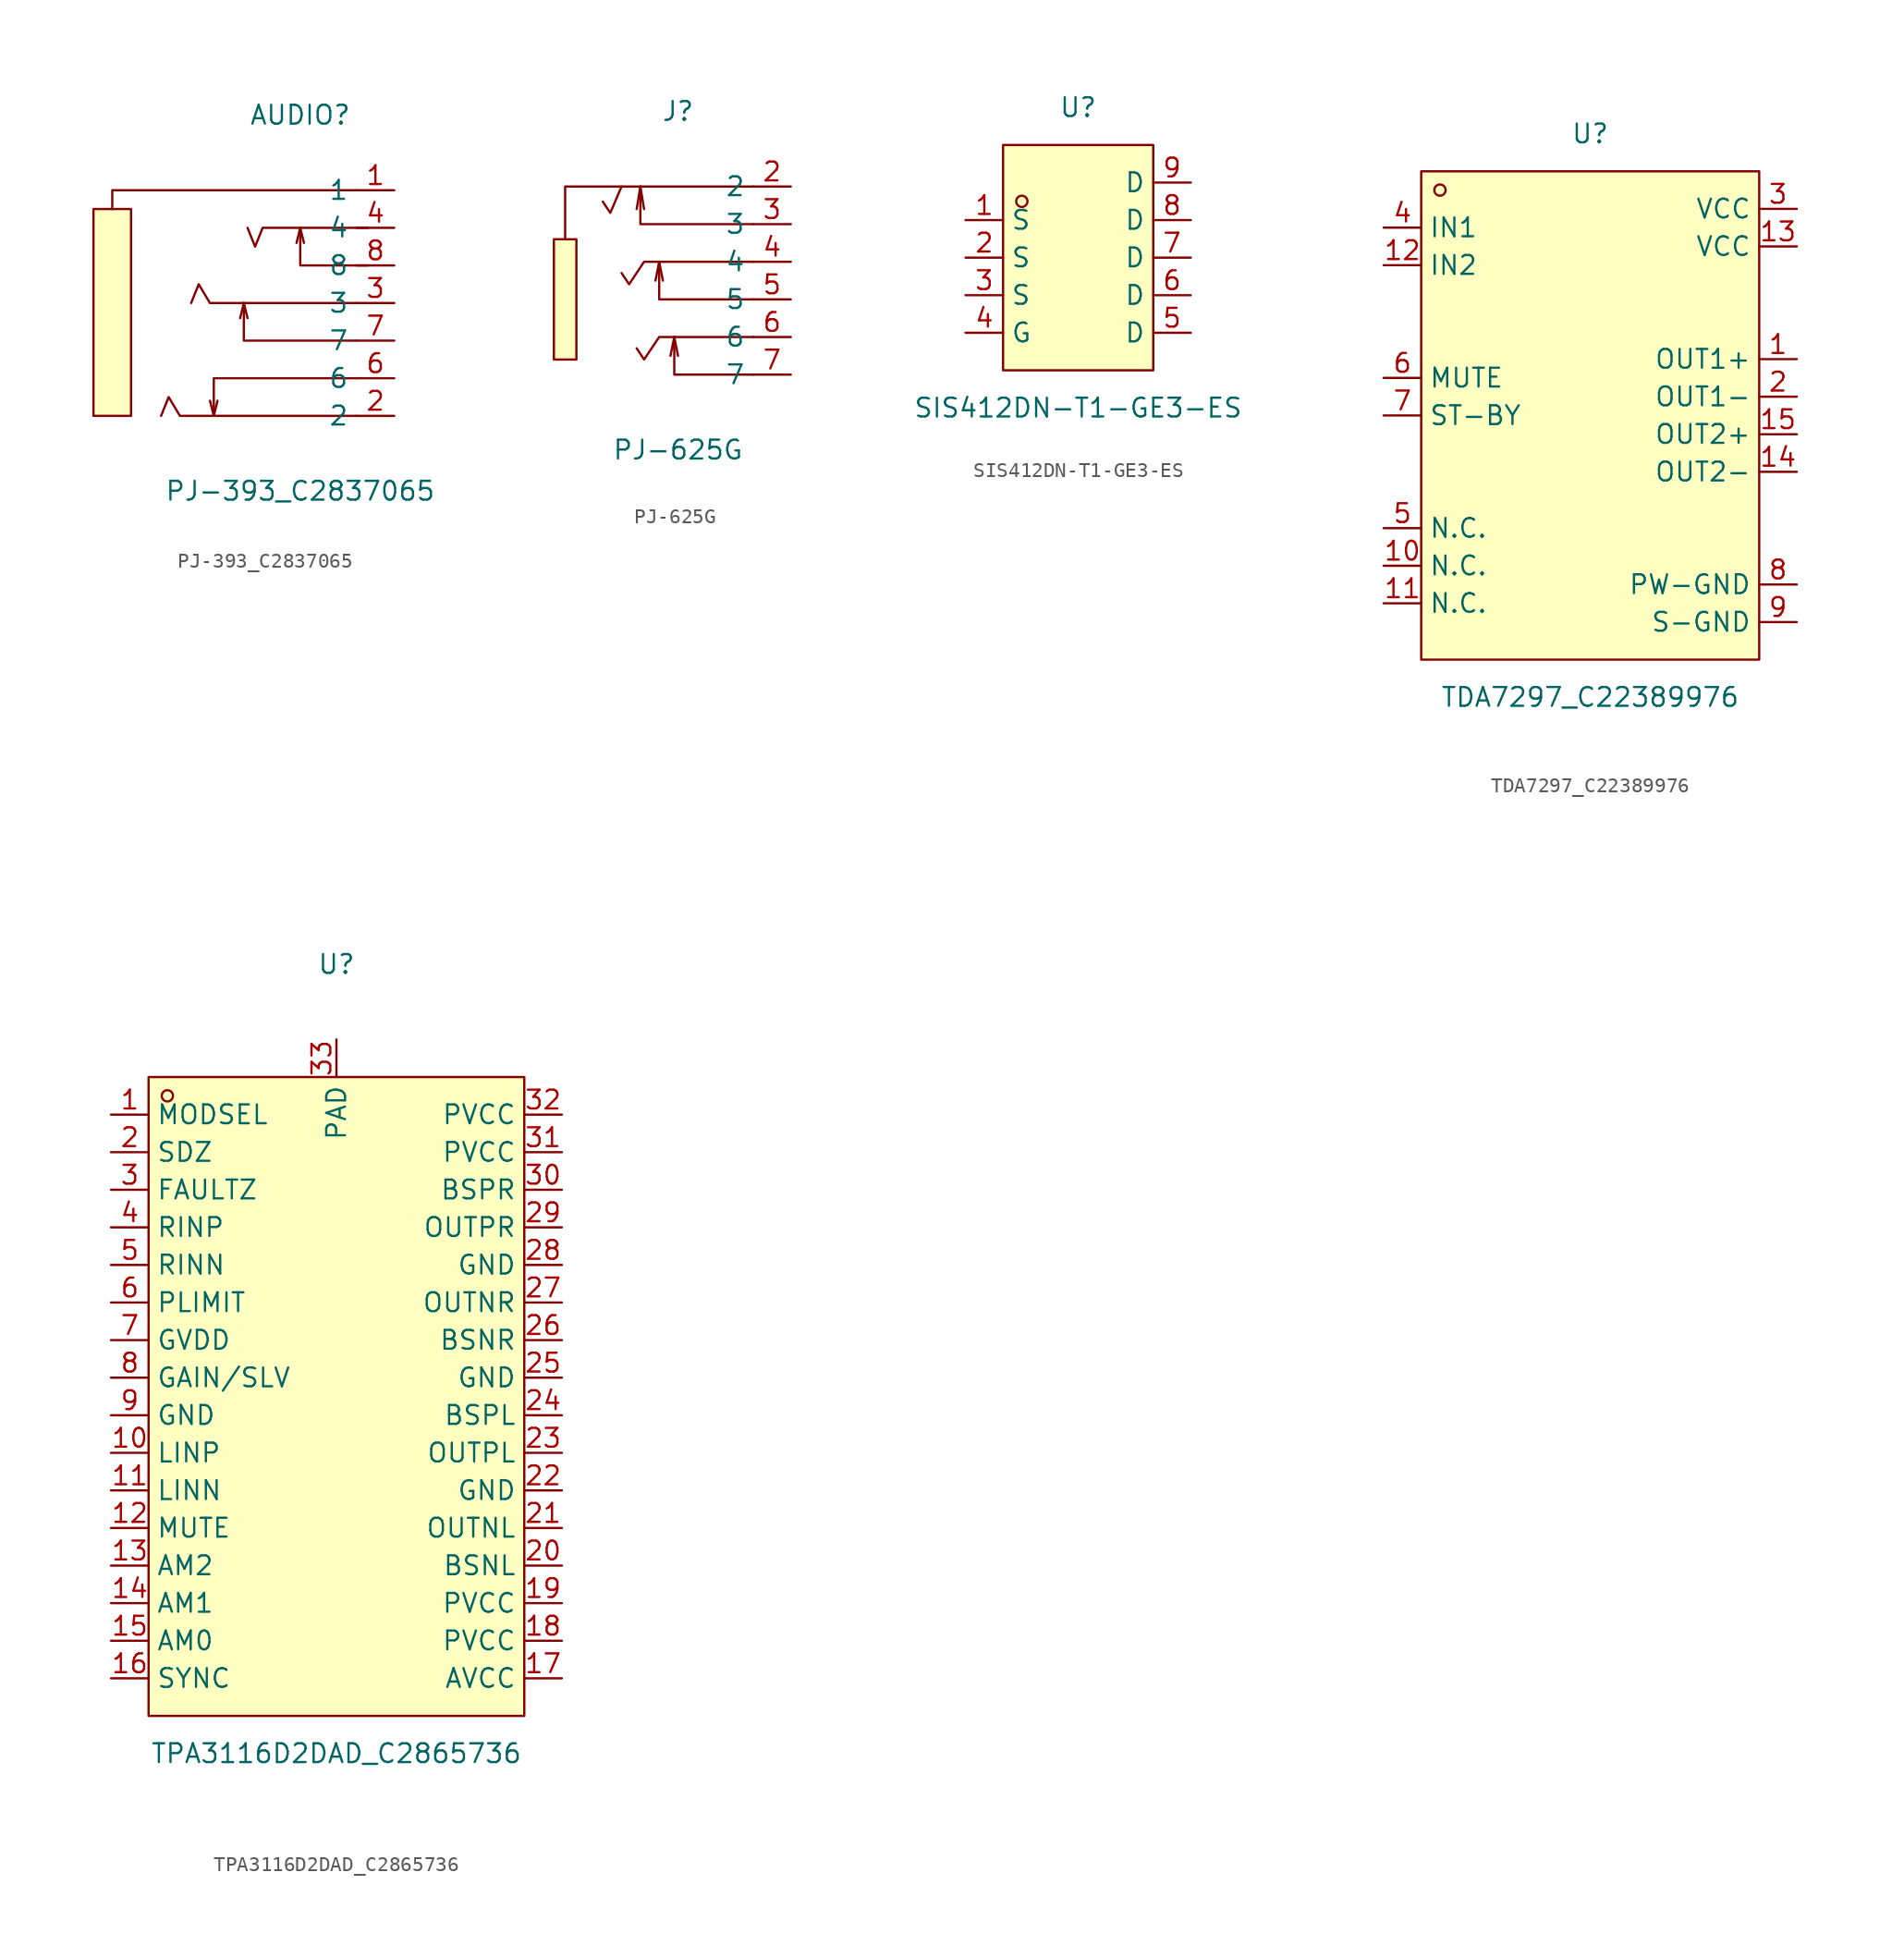
<source format=kicad_sym>
(kicad_symbol_lib
  (version 20211014)
  (generator https://github.com/uPesy/easyeda2kicad.py)
  (symbol "PJ-393_C2837065"
    (property "Reference" "AUDIO"
      (at 0 13.97 0)
      (effects (font (size 1.27 1.27))))
    (property "Value" "PJ-393_C2837065"
      (at 0 -11.43 0)
      (effects (font (size 1.27 1.27))))
    (symbol "PJ-393_C2837065_0_1"
      (rectangle (start -13.97 7.62) (end -11.43 -6.35) (stroke (width 0) (type default) (color 0 0 0 0)) (fill (type background)))
      (polyline (pts (xy 3.81 8.89) (xy -6.35 8.89) (xy -12.70 8.89) (xy -12.70 7.62)) (stroke (width 0) (type default) (color 0 0 0 0)) (fill (type none)))
      (polyline (pts (xy 4.57 6.35) (xy -2.54 6.35) (xy -3.05 5.08) (xy -3.56 6.35)) (stroke (width 0) (type default) (color 0 0 0 0)) (fill (type none)))
      (polyline (pts (xy 4.57 3.81) (xy 0.00 3.81) (xy 0.00 6.35)) (stroke (width 0) (type default) (color 0 0 0 0)) (fill (type none)))
      (polyline (pts (xy 0.00 6.35) (xy 0.25 5.33)) (stroke (width 0) (type default) (color 0 0 0 0)) (fill (type none)))
      (polyline (pts (xy 0.00 6.35) (xy -0.25 5.33)) (stroke (width 0) (type default) (color 0 0 0 0)) (fill (type none)))
      (polyline (pts (xy 3.81 1.27) (xy -6.10 1.27) (xy -6.86 2.54) (xy -7.37 1.27)) (stroke (width 0) (type default) (color 0 0 0 0)) (fill (type none)))
      (polyline (pts (xy 3.81 -6.35) (xy -8.13 -6.35) (xy -8.89 -5.08) (xy -9.40 -6.35)) (stroke (width 0) (type default) (color 0 0 0 0)) (fill (type none)))
      (polyline (pts (xy -5.84 -6.35) (xy -6.10 -5.33)) (stroke (width 0) (type default) (color 0 0 0 0)) (fill (type none)))
      (polyline (pts (xy -5.84 -6.35) (xy -5.59 -5.33)) (stroke (width 0) (type default) (color 0 0 0 0)) (fill (type none)))
      (polyline (pts (xy 3.81 -3.81) (xy -5.84 -3.81) (xy -5.84 -6.35)) (stroke (width 0) (type default) (color 0 0 0 0)) (fill (type none)))
      (polyline (pts (xy 3.81 -1.27) (xy -3.81 -1.27) (xy -3.81 1.27)) (stroke (width 0) (type default) (color 0 0 0 0)) (fill (type none)))
      (polyline (pts (xy -3.81 1.27) (xy -3.56 0.25)) (stroke (width 0) (type default) (color 0 0 0 0)) (fill (type none)))
      (polyline (pts (xy -3.81 1.27) (xy -4.06 0.25)) (stroke (width 0) (type default) (color 0 0 0 0)) (fill (type none)))
      (pin unspecified line (at 6.35 8.89 180) (length 2.54) (name "1" (effects (font (size 1.27 1.27)))) (number "1" (effects (font (size 1.27 1.27)))))
      (pin unspecified line (at 6.35 6.35 180) (length 2.54) (name "4" (effects (font (size 1.27 1.27)))) (number "4" (effects (font (size 1.27 1.27)))))
      (pin unspecified line (at 6.35 3.81 180) (length 2.54) (name "8" (effects (font (size 1.27 1.27)))) (number "8" (effects (font (size 1.27 1.27)))))
      (pin unspecified line (at 6.35 1.27 180) (length 2.54) (name "3" (effects (font (size 1.27 1.27)))) (number "3" (effects (font (size 1.27 1.27)))))
      (pin unspecified line (at 6.35 -3.81 180) (length 2.54) (name "6" (effects (font (size 1.27 1.27)))) (number "6" (effects (font (size 1.27 1.27)))))
      (pin unspecified line (at 6.35 -6.35 180) (length 2.54) (name "2" (effects (font (size 1.27 1.27)))) (number "2" (effects (font (size 1.27 1.27)))))
      (pin unspecified line (at 6.35 -1.27 180) (length 2.54) (name "7" (effects (font (size 1.27 1.27)))) (number "7" (effects (font (size 1.27 1.27)))))))
  (symbol "PJ-625G"
    (property "Reference" "J"
      (at 0 12.70 0)
      (effects (font (size 1.27 1.27))))
    (property "Value" "PJ-625G"
      (at 0 -10.16 0)
      (effects (font (size 1.27 1.27))))
    (symbol "PJ-625G_0_1"
      (rectangle (start -8.38 4.06) (end -6.86 -4.06) (stroke (width 0) (type default) (color 0 0 0 0)) (fill (type background)))
      (polyline (pts (xy 5.08 7.62) (xy -7.62 7.62) (xy -7.62 4.06)) (stroke (width 0) (type default) (color 0 0 0 0)) (fill (type none)))
      (polyline (pts (xy 5.08 5.08) (xy -2.54 5.08) (xy -2.54 7.62) (xy -2.29 6.10)) (stroke (width 0) (type default) (color 0 0 0 0)) (fill (type none)))
      (polyline (pts (xy -2.54 7.62) (xy -2.79 6.10)) (stroke (width 0) (type default) (color 0 0 0 0)) (fill (type none)))
      (polyline (pts (xy -3.81 7.62) (xy -4.57 5.84) (xy -5.08 6.60)) (stroke (width 0) (type default) (color 0 0 0 0)) (fill (type none)))
      (polyline (pts (xy 5.08 2.54) (xy -2.29 2.54) (xy -3.30 1.02) (xy -3.81 1.78)) (stroke (width 0) (type default) (color 0 0 0 0)) (fill (type none)))
      (polyline (pts (xy 5.08 -0.00) (xy -1.27 -0.00) (xy -1.27 2.54) (xy -1.52 1.27)) (stroke (width 0) (type default) (color 0 0 0 0)) (fill (type none)))
      (polyline (pts (xy -1.27 2.54) (xy -1.02 1.27)) (stroke (width 0) (type default) (color 0 0 0 0)) (fill (type none)))
      (polyline (pts (xy 5.08 -2.54) (xy -1.27 -2.54) (xy -2.29 -4.06) (xy -2.79 -3.30)) (stroke (width 0) (type default) (color 0 0 0 0)) (fill (type none)))
      (polyline (pts (xy 5.08 -5.08) (xy -0.25 -5.08) (xy -0.25 -2.54) (xy -0.51 -3.81)) (stroke (width 0) (type default) (color 0 0 0 0)) (fill (type none)))
      (polyline (pts (xy -0.25 -2.54) (xy 0.00 -3.81)) (stroke (width 0) (type default) (color 0 0 0 0)) (fill (type none)))
      (pin unspecified line (at 7.62 7.62 180) (length 2.54) (name "2" (effects (font (size 1.27 1.27)))) (number "2" (effects (font (size 1.27 1.27)))))
      (pin unspecified line (at 7.62 5.08 180) (length 2.54) (name "3" (effects (font (size 1.27 1.27)))) (number "3" (effects (font (size 1.27 1.27)))))
      (pin unspecified line (at 7.62 2.54 180) (length 2.54) (name "4" (effects (font (size 1.27 1.27)))) (number "4" (effects (font (size 1.27 1.27)))))
      (pin unspecified line (at 7.62 -0.00 180) (length 2.54) (name "5" (effects (font (size 1.27 1.27)))) (number "5" (effects (font (size 1.27 1.27)))))
      (pin unspecified line (at 7.62 -2.54 180) (length 2.54) (name "6" (effects (font (size 1.27 1.27)))) (number "6" (effects (font (size 1.27 1.27)))))
      (pin unspecified line (at 7.62 -5.08 180) (length 2.54) (name "7" (effects (font (size 1.27 1.27)))) (number "7" (effects (font (size 1.27 1.27)))))))
  (symbol "SIS412DN-T1-GE3-ES"
    (property "Reference" "U"
      (at 0 11.43 0)
      (effects (font (size 1.27 1.27))))
    (property "Value" "SIS412DN-T1-GE3-ES"
      (at 0 -8.89 0)
      (effects (font (size 1.27 1.27))))
    (symbol "SIS412DN-T1-GE3-ES_0_1"
      (rectangle (start -5.08 8.89) (end 5.08 -6.35) (stroke (width 0) (type default) (color 0 0 0 0)) (fill (type background)))
      (circle (center -3.81 5.08) (radius 0.38) (stroke (width 0) (type default) (color 0 0 0 0)) (fill (type none)))
      (pin unspecified line (at -7.62 3.81 0) (length 2.54) (name "S" (effects (font (size 1.27 1.27)))) (number "1" (effects (font (size 1.27 1.27)))))
      (pin unspecified line (at -7.62 1.27 0) (length 2.54) (name "S" (effects (font (size 1.27 1.27)))) (number "2" (effects (font (size 1.27 1.27)))))
      (pin unspecified line (at -7.62 -1.27 0) (length 2.54) (name "S" (effects (font (size 1.27 1.27)))) (number "3" (effects (font (size 1.27 1.27)))))
      (pin unspecified line (at -7.62 -3.81 0) (length 2.54) (name "G" (effects (font (size 1.27 1.27)))) (number "4" (effects (font (size 1.27 1.27)))))
      (pin unspecified line (at 7.62 -3.81 180) (length 2.54) (name "D" (effects (font (size 1.27 1.27)))) (number "5" (effects (font (size 1.27 1.27)))))
      (pin unspecified line (at 7.62 -1.27 180) (length 2.54) (name "D" (effects (font (size 1.27 1.27)))) (number "6" (effects (font (size 1.27 1.27)))))
      (pin unspecified line (at 7.62 1.27 180) (length 2.54) (name "D" (effects (font (size 1.27 1.27)))) (number "7" (effects (font (size 1.27 1.27)))))
      (pin unspecified line (at 7.62 3.81 180) (length 2.54) (name "D" (effects (font (size 1.27 1.27)))) (number "8" (effects (font (size 1.27 1.27)))))
      (pin unspecified line (at 7.62 6.35 180) (length 2.54) (name "D" (effects (font (size 1.27 1.27)))) (number "9" (effects (font (size 1.27 1.27)))))))
  (symbol "TDA7297_C22389976"
    (property "Reference" "U"
      (at 0 19.05 0)
      (effects (font (size 1.27 1.27))))
    (property "Value" "TDA7297_C22389976"
      (at 0 -19.05 0)
      (effects (font (size 1.27 1.27))))
    (symbol "TDA7297_C22389976_0_1"
      (rectangle (start -11.43 16.51) (end 11.43 -16.51) (stroke (width 0) (type default) (color 0 0 0 0)) (fill (type background)))
      (circle (center -10.16 15.24) (radius 0.38) (stroke (width 0) (type default) (color 0 0 0 0)) (fill (type none)))
      (pin unspecified line (at -13.97 12.70 0) (length 2.54) (name "IN1" (effects (font (size 1.27 1.27)))) (number "4" (effects (font (size 1.27 1.27)))))
      (pin unspecified line (at -13.97 10.16 0) (length 2.54) (name "IN2" (effects (font (size 1.27 1.27)))) (number "12" (effects (font (size 1.27 1.27)))))
      (pin unspecified line (at -13.97 2.54 0) (length 2.54) (name "MUTE" (effects (font (size 1.27 1.27)))) (number "6" (effects (font (size 1.27 1.27)))))
      (pin unspecified line (at -13.97 -0.00 0) (length 2.54) (name "ST-BY" (effects (font (size 1.27 1.27)))) (number "7" (effects (font (size 1.27 1.27)))))
      (pin unspecified line (at -13.97 -7.62 0) (length 2.54) (name "N.C." (effects (font (size 1.27 1.27)))) (number "5" (effects (font (size 1.27 1.27)))))
      (pin unspecified line (at -13.97 -10.16 0) (length 2.54) (name "N.C." (effects (font (size 1.27 1.27)))) (number "10" (effects (font (size 1.27 1.27)))))
      (pin unspecified line (at -13.97 -12.70 0) (length 2.54) (name "N.C." (effects (font (size 1.27 1.27)))) (number "11" (effects (font (size 1.27 1.27)))))
      (pin unspecified line (at 13.97 -13.97 180) (length 2.54) (name "S-GND" (effects (font (size 1.27 1.27)))) (number "9" (effects (font (size 1.27 1.27)))))
      (pin unspecified line (at 13.97 -11.43 180) (length 2.54) (name "PW-GND" (effects (font (size 1.27 1.27)))) (number "8" (effects (font (size 1.27 1.27)))))
      (pin unspecified line (at 13.97 -3.81 180) (length 2.54) (name "OUT2-" (effects (font (size 1.27 1.27)))) (number "14" (effects (font (size 1.27 1.27)))))
      (pin unspecified line (at 13.97 -1.27 180) (length 2.54) (name "OUT2+" (effects (font (size 1.27 1.27)))) (number "15" (effects (font (size 1.27 1.27)))))
      (pin unspecified line (at 13.97 1.27 180) (length 2.54) (name "OUT1-" (effects (font (size 1.27 1.27)))) (number "2" (effects (font (size 1.27 1.27)))))
      (pin unspecified line (at 13.97 3.81 180) (length 2.54) (name "OUT1+" (effects (font (size 1.27 1.27)))) (number "1" (effects (font (size 1.27 1.27)))))
      (pin unspecified line (at 13.97 11.43 180) (length 2.54) (name "VCC" (effects (font (size 1.27 1.27)))) (number "13" (effects (font (size 1.27 1.27)))))
      (pin unspecified line (at 13.97 13.97 180) (length 2.54) (name "VCC" (effects (font (size 1.27 1.27)))) (number "3" (effects (font (size 1.27 1.27)))))))
  (symbol "TPA3116D2DAD_C2865736"
    (property "Reference" "U"
      (at 0 29.21 0)
      (effects (font (size 1.27 1.27))))
    (property "Value" "TPA3116D2DAD_C2865736"
      (at 0 -24.13 0)
      (effects (font (size 1.27 1.27))))
    (symbol "TPA3116D2DAD_C2865736_0_1"
      (rectangle (start -12.70 21.59) (end 12.70 -21.59) (stroke (width 0) (type default) (color 0 0 0 0)) (fill (type background)))
      (circle (center -11.43 20.32) (radius 0.38) (stroke (width 0) (type default) (color 0 0 0 0)) (fill (type none)))
      (pin unspecified line (at -15.24 19.05 0) (length 2.54) (name "MODSEL" (effects (font (size 1.27 1.27)))) (number "1" (effects (font (size 1.27 1.27)))))
      (pin unspecified line (at -15.24 16.51 0) (length 2.54) (name "SDZ" (effects (font (size 1.27 1.27)))) (number "2" (effects (font (size 1.27 1.27)))))
      (pin unspecified line (at -15.24 13.97 0) (length 2.54) (name "FAULTZ" (effects (font (size 1.27 1.27)))) (number "3" (effects (font (size 1.27 1.27)))))
      (pin unspecified line (at -15.24 11.43 0) (length 2.54) (name "RINP" (effects (font (size 1.27 1.27)))) (number "4" (effects (font (size 1.27 1.27)))))
      (pin unspecified line (at -15.24 8.89 0) (length 2.54) (name "RINN" (effects (font (size 1.27 1.27)))) (number "5" (effects (font (size 1.27 1.27)))))
      (pin unspecified line (at -15.24 6.35 0) (length 2.54) (name "PLIMIT" (effects (font (size 1.27 1.27)))) (number "6" (effects (font (size 1.27 1.27)))))
      (pin unspecified line (at -15.24 3.81 0) (length 2.54) (name "GVDD" (effects (font (size 1.27 1.27)))) (number "7" (effects (font (size 1.27 1.27)))))
      (pin unspecified line (at -15.24 1.27 0) (length 2.54) (name "GAIN/SLV" (effects (font (size 1.27 1.27)))) (number "8" (effects (font (size 1.27 1.27)))))
      (pin unspecified line (at -15.24 -1.27 0) (length 2.54) (name "GND" (effects (font (size 1.27 1.27)))) (number "9" (effects (font (size 1.27 1.27)))))
      (pin unspecified line (at -15.24 -3.81 0) (length 2.54) (name "LINP" (effects (font (size 1.27 1.27)))) (number "10" (effects (font (size 1.27 1.27)))))
      (pin unspecified line (at -15.24 -6.35 0) (length 2.54) (name "LINN" (effects (font (size 1.27 1.27)))) (number "11" (effects (font (size 1.27 1.27)))))
      (pin unspecified line (at -15.24 -8.89 0) (length 2.54) (name "MUTE" (effects (font (size 1.27 1.27)))) (number "12" (effects (font (size 1.27 1.27)))))
      (pin unspecified line (at -15.24 -11.43 0) (length 2.54) (name "AM2" (effects (font (size 1.27 1.27)))) (number "13" (effects (font (size 1.27 1.27)))))
      (pin unspecified line (at -15.24 -13.97 0) (length 2.54) (name "AM1" (effects (font (size 1.27 1.27)))) (number "14" (effects (font (size 1.27 1.27)))))
      (pin unspecified line (at -15.24 -16.51 0) (length 2.54) (name "AM0" (effects (font (size 1.27 1.27)))) (number "15" (effects (font (size 1.27 1.27)))))
      (pin unspecified line (at -15.24 -19.05 0) (length 2.54) (name "SYNC" (effects (font (size 1.27 1.27)))) (number "16" (effects (font (size 1.27 1.27)))))
      (pin unspecified line (at 15.24 -19.05 180) (length 2.54) (name "AVCC" (effects (font (size 1.27 1.27)))) (number "17" (effects (font (size 1.27 1.27)))))
      (pin unspecified line (at 15.24 -16.51 180) (length 2.54) (name "PVCC" (effects (font (size 1.27 1.27)))) (number "18" (effects (font (size 1.27 1.27)))))
      (pin unspecified line (at 15.24 -13.97 180) (length 2.54) (name "PVCC" (effects (font (size 1.27 1.27)))) (number "19" (effects (font (size 1.27 1.27)))))
      (pin unspecified line (at 15.24 -11.43 180) (length 2.54) (name "BSNL" (effects (font (size 1.27 1.27)))) (number "20" (effects (font (size 1.27 1.27)))))
      (pin unspecified line (at 15.24 -8.89 180) (length 2.54) (name "OUTNL" (effects (font (size 1.27 1.27)))) (number "21" (effects (font (size 1.27 1.27)))))
      (pin unspecified line (at 15.24 -6.35 180) (length 2.54) (name "GND" (effects (font (size 1.27 1.27)))) (number "22" (effects (font (size 1.27 1.27)))))
      (pin unspecified line (at 15.24 -3.81 180) (length 2.54) (name "OUTPL" (effects (font (size 1.27 1.27)))) (number "23" (effects (font (size 1.27 1.27)))))
      (pin unspecified line (at 15.24 -1.27 180) (length 2.54) (name "BSPL" (effects (font (size 1.27 1.27)))) (number "24" (effects (font (size 1.27 1.27)))))
      (pin unspecified line (at 15.24 1.27 180) (length 2.54) (name "GND" (effects (font (size 1.27 1.27)))) (number "25" (effects (font (size 1.27 1.27)))))
      (pin unspecified line (at 15.24 3.81 180) (length 2.54) (name "BSNR" (effects (font (size 1.27 1.27)))) (number "26" (effects (font (size 1.27 1.27)))))
      (pin unspecified line (at 15.24 6.35 180) (length 2.54) (name "OUTNR" (effects (font (size 1.27 1.27)))) (number "27" (effects (font (size 1.27 1.27)))))
      (pin unspecified line (at 15.24 8.89 180) (length 2.54) (name "GND" (effects (font (size 1.27 1.27)))) (number "28" (effects (font (size 1.27 1.27)))))
      (pin unspecified line (at 15.24 11.43 180) (length 2.54) (name "OUTPR" (effects (font (size 1.27 1.27)))) (number "29" (effects (font (size 1.27 1.27)))))
      (pin unspecified line (at 15.24 13.97 180) (length 2.54) (name "BSPR" (effects (font (size 1.27 1.27)))) (number "30" (effects (font (size 1.27 1.27)))))
      (pin unspecified line (at 15.24 16.51 180) (length 2.54) (name "PVCC" (effects (font (size 1.27 1.27)))) (number "31" (effects (font (size 1.27 1.27)))))
      (pin unspecified line (at 15.24 19.05 180) (length 2.54) (name "PVCC" (effects (font (size 1.27 1.27)))) (number "32" (effects (font (size 1.27 1.27)))))
      (pin unspecified line (at 0.00 24.13 270) (length 2.54) (name "PAD" (effects (font (size 1.27 1.27)))) (number "33" (effects (font (size 1.27 1.27))))))))
</source>
